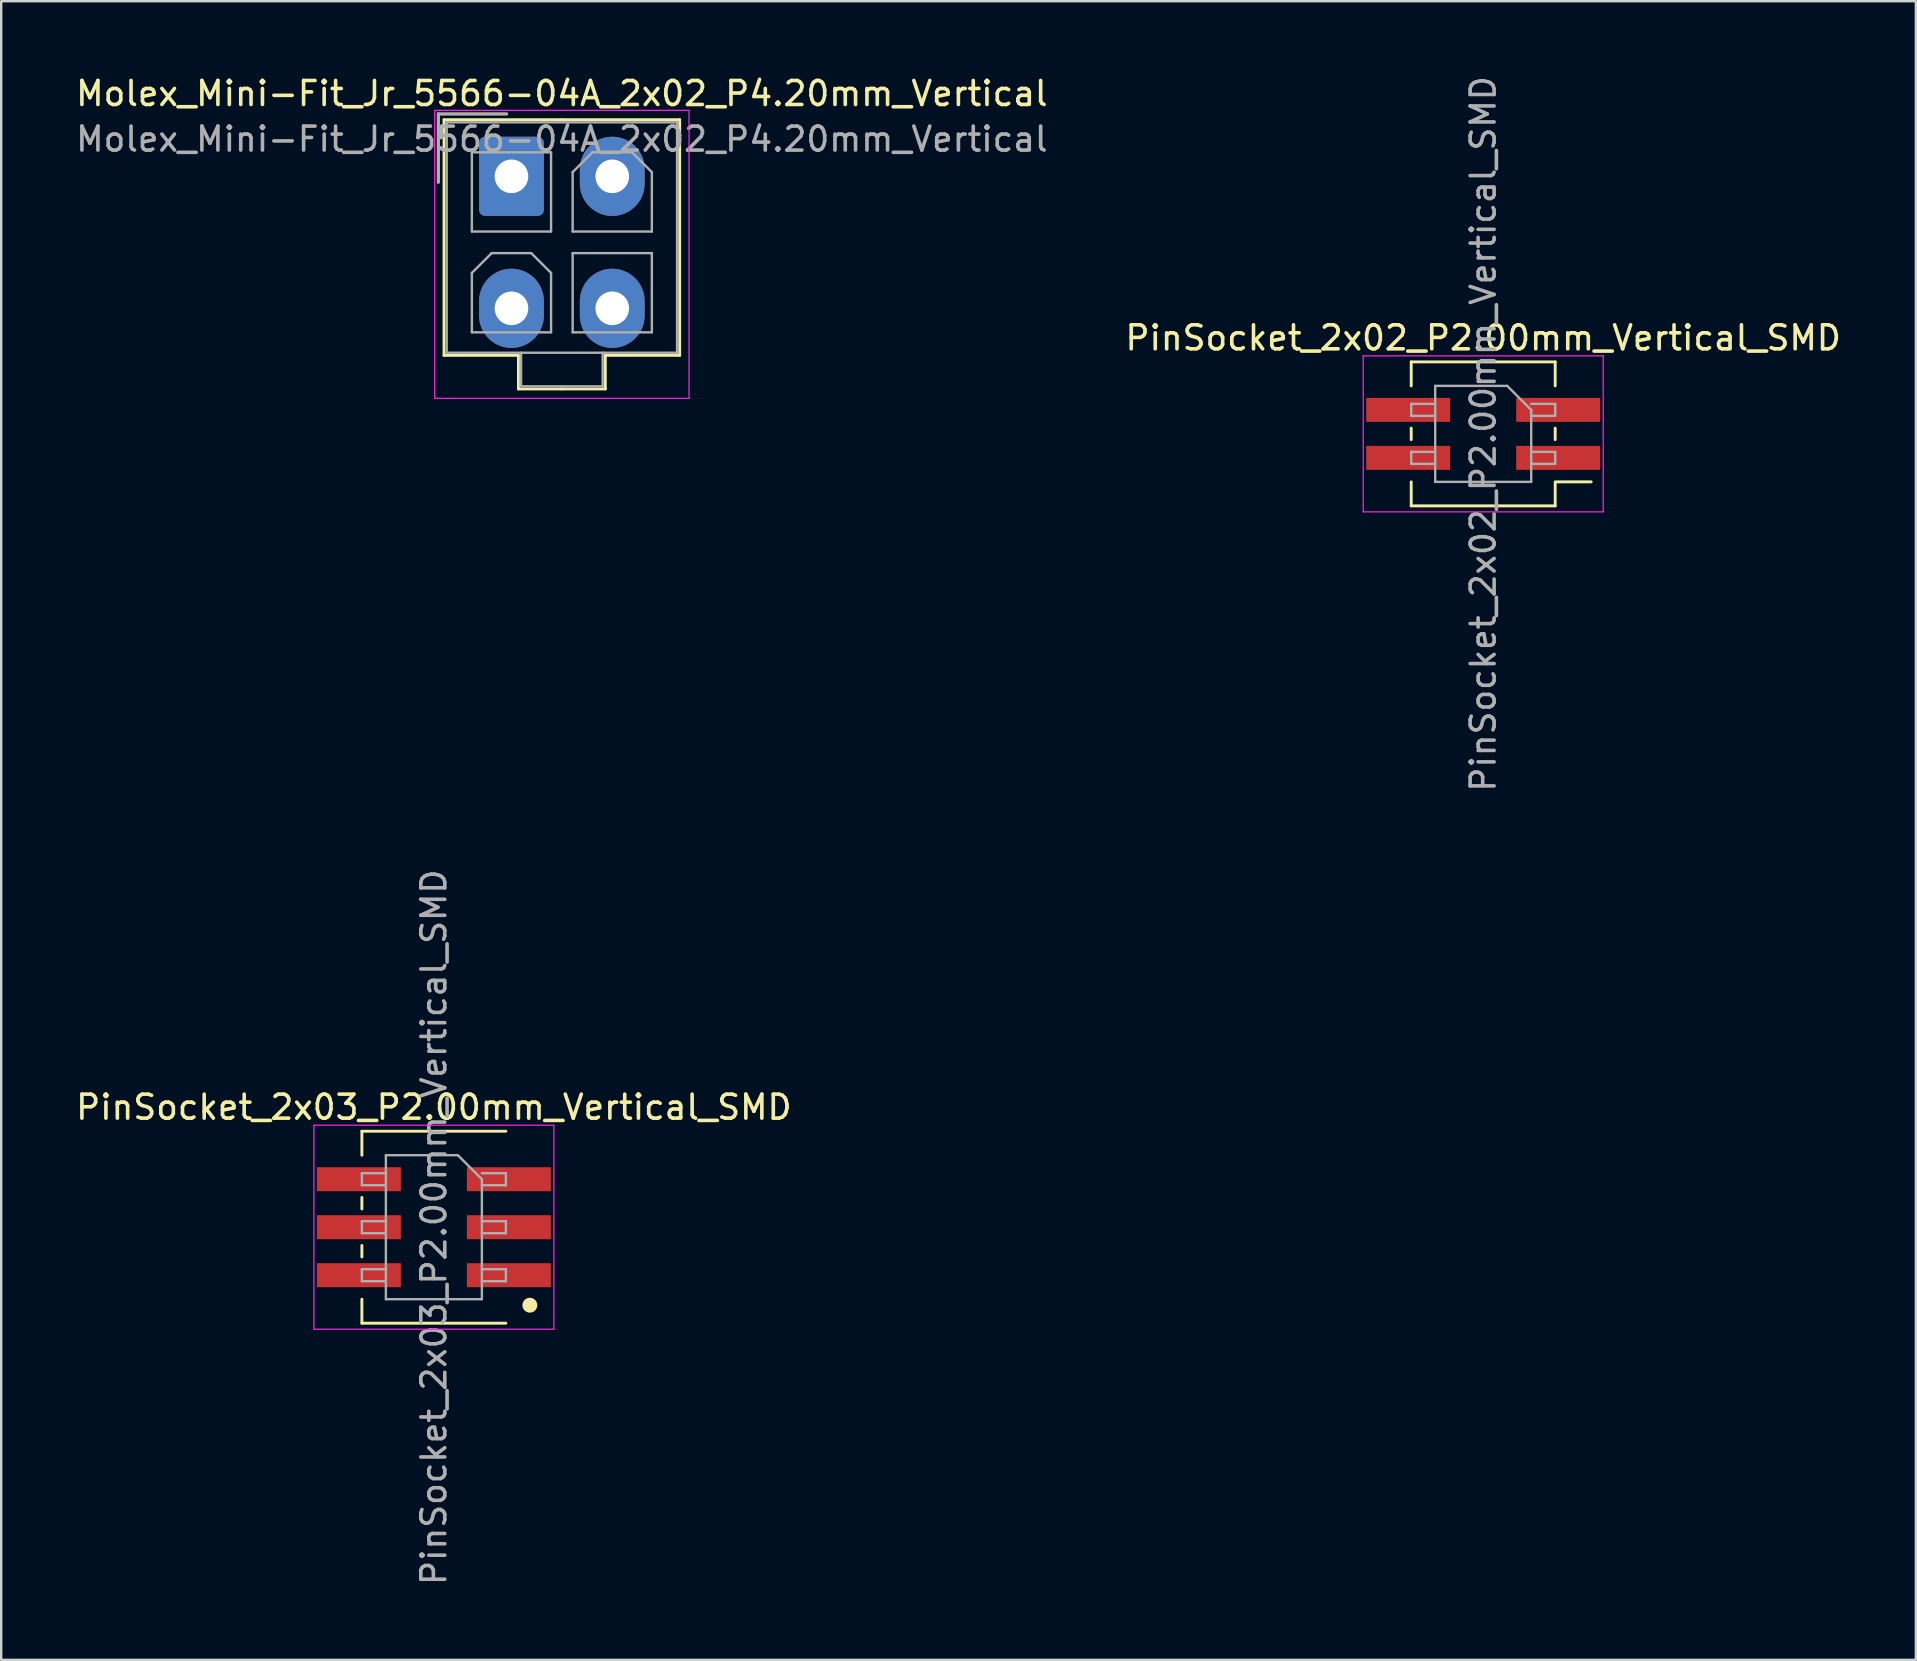
<source format=kicad_pcb>
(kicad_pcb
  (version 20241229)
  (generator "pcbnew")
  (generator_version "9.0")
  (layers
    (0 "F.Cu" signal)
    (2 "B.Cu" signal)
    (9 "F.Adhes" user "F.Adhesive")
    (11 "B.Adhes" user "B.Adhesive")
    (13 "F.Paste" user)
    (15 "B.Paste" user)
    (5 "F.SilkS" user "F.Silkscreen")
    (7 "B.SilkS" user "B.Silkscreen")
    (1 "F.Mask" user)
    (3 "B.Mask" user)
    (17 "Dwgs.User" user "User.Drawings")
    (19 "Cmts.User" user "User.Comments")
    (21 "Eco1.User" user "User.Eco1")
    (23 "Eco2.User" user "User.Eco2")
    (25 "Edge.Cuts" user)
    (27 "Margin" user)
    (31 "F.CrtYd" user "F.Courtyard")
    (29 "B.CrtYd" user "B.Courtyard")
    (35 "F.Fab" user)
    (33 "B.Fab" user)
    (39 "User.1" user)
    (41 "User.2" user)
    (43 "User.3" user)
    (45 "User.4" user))
  (footprint "Molex_Mini-Fit_Jr_5566-04A_2x02_P4.20mm_Vertical"
    (layer "F.Cu")
    (at 18.263 4.298)
    (property "Reference" "Molex_Mini-Fit_Jr_5566-04A_2x02_P4.20mm_Vertical" (at 2.1 -3.45 0) (layer "F.SilkS") (effects (font (size 1 1) (thickness 0.15))))
    (attr through_hole)
    (fp_line (start -3.05 -2.6) (end -3.05 0.25) (stroke (width 0.12) (type solid)) (layer "F.SilkS"))
    (fp_line (start -2.81 -2.36) (end -2.81 7.46) (stroke (width 0.12) (type solid)) (layer "F.SilkS"))
    (fp_line (start -2.81 7.46) (end 0.29 7.46) (stroke (width 0.12) (type solid)) (layer "F.SilkS"))
    (fp_line (start -0.2 -2.6) (end -3.05 -2.6) (stroke (width 0.12) (type solid)) (layer "F.SilkS"))
    (fp_line (start 0.29 7.46) (end 0.29 8.86) (stroke (width 0.12) (type solid)) (layer "F.SilkS"))
    (fp_line (start 0.29 8.86) (end 2.1 8.86) (stroke (width 0.12) (type solid)) (layer "F.SilkS"))
    (fp_line (start 2.1 -2.36) (end -2.81 -2.36) (stroke (width 0.12) (type solid)) (layer "F.SilkS"))
    (fp_line (start 2.1 -2.36) (end 7.01 -2.36) (stroke (width 0.12) (type solid)) (layer "F.SilkS"))
    (fp_line (start 3.91 7.46) (end 3.91 8.86) (stroke (width 0.12) (type solid)) (layer "F.SilkS"))
    (fp_line (start 3.91 8.86) (end 2.1 8.86) (stroke (width 0.12) (type solid)) (layer "F.SilkS"))
    (fp_line (start 7.01 -2.36) (end 7.01 7.46) (stroke (width 0.12) (type solid)) (layer "F.SilkS"))
    (fp_line (start 7.01 7.46) (end 3.91 7.46) (stroke (width 0.12) (type solid)) (layer "F.SilkS"))
    (fp_line (start -3.2 -2.75) (end -3.2 9.25) (stroke (width 0.05) (type solid)) (layer "F.CrtYd"))
    (fp_line (start -3.2 9.25) (end 7.4 9.25) (stroke (width 0.05) (type solid)) (layer "F.CrtYd"))
    (fp_line (start 7.4 -2.75) (end -3.2 -2.75) (stroke (width 0.05) (type solid)) (layer "F.CrtYd"))
    (fp_line (start 7.4 9.25) (end 7.4 -2.75) (stroke (width 0.05) (type solid)) (layer "F.CrtYd"))
    (fp_line (start -3.05 -2.6) (end -3.05 0.25) (stroke (width 0.1) (type solid)) (layer "F.Fab"))
    (fp_line (start -2.7 -2.25) (end -2.7 7.35) (stroke (width 0.1) (type solid)) (layer "F.Fab"))
    (fp_line (start -2.7 7.35) (end 6.9 7.35) (stroke (width 0.1) (type solid)) (layer "F.Fab"))
    (fp_line (start -1.65 -1) (end -1.65 2.3) (stroke (width 0.1) (type solid)) (layer "F.Fab"))
    (fp_line (start -1.65 2.3) (end 1.65 2.3) (stroke (width 0.1) (type solid)) (layer "F.Fab"))
    (fp_line (start -1.65 4.025) (end -0.825 3.2) (stroke (width 0.1) (type solid)) (layer "F.Fab"))
    (fp_line (start -1.65 6.5) (end -1.65 4.025) (stroke (width 0.1) (type solid)) (layer "F.Fab"))
    (fp_line (start -0.825 3.2) (end 0.825 3.2) (stroke (width 0.1) (type solid)) (layer "F.Fab"))
    (fp_line (start -0.2 -2.6) (end -3.05 -2.6) (stroke (width 0.1) (type solid)) (layer "F.Fab"))
    (fp_line (start 0.4 7.35) (end 0.4 8.75) (stroke (width 0.1) (type solid)) (layer "F.Fab"))
    (fp_line (start 0.4 8.75) (end 3.8 8.75) (stroke (width 0.1) (type solid)) (layer "F.Fab"))
    (fp_line (start 0.825 3.2) (end 1.65 4.025) (stroke (width 0.1) (type solid)) (layer "F.Fab"))
    (fp_line (start 1.65 -1) (end -1.65 -1) (stroke (width 0.1) (type solid)) (layer "F.Fab"))
    (fp_line (start 1.65 2.3) (end 1.65 -1) (stroke (width 0.1) (type solid)) (layer "F.Fab"))
    (fp_line (start 1.65 4.025) (end 1.65 6.5) (stroke (width 0.1) (type solid)) (layer "F.Fab"))
    (fp_line (start 1.65 6.5) (end -1.65 6.5) (stroke (width 0.1) (type solid)) (layer "F.Fab"))
    (fp_line (start 2.55 -0.175) (end 3.375 -1) (stroke (width 0.1) (type solid)) (layer "F.Fab"))
    (fp_line (start 2.55 2.3) (end 2.55 -0.175) (stroke (width 0.1) (type solid)) (layer "F.Fab"))
    (fp_line (start 2.55 3.2) (end 2.55 6.5) (stroke (width 0.1) (type solid)) (layer "F.Fab"))
    (fp_line (start 2.55 6.5) (end 5.85 6.5) (stroke (width 0.1) (type solid)) (layer "F.Fab"))
    (fp_line (start 3.375 -1) (end 5.025 -1) (stroke (width 0.1) (type solid)) (layer "F.Fab"))
    (fp_line (start 3.8 8.75) (end 3.8 7.35) (stroke (width 0.1) (type solid)) (layer "F.Fab"))
    (fp_line (start 5.025 -1) (end 5.85 -0.175) (stroke (width 0.1) (type solid)) (layer "F.Fab"))
    (fp_line (start 5.85 -0.175) (end 5.85 2.3) (stroke (width 0.1) (type solid)) (layer "F.Fab"))
    (fp_line (start 5.85 2.3) (end 2.55 2.3) (stroke (width 0.1) (type solid)) (layer "F.Fab"))
    (fp_line (start 5.85 3.2) (end 2.55 3.2) (stroke (width 0.1) (type solid)) (layer "F.Fab"))
    (fp_line (start 5.85 6.5) (end 5.85 3.2) (stroke (width 0.1) (type solid)) (layer "F.Fab"))
    (fp_line (start 6.9 -2.25) (end -2.7 -2.25) (stroke (width 0.1) (type solid)) (layer "F.Fab"))
    (fp_line (start 6.9 7.35) (end 6.9 -2.25) (stroke (width 0.1) (type solid)) (layer "F.Fab"))
    (fp_text user "${REFERENCE}" (at 2.1 -1.55 0) (layer "F.Fab") (effects (font (size 1 1) (thickness 0.15))))
    (pad "1" thru_hole roundrect (at 0 0) (size 2.7 3.3) (drill 1.4) (layers "*.Cu" "*.Mask") (roundrect_rratio 0.093))
    (pad "2" thru_hole oval (at 4.2 0) (size 2.7 3.3) (drill 1.4) (layers "*.Cu" "*.Mask"))
    (pad "3" thru_hole oval (at 0 5.5) (size 2.7 3.3) (drill 1.4) (layers "*.Cu" "*.Mask"))
    (pad "4" thru_hole oval (at 4.2 5.5) (size 2.7 3.3) (drill 1.4) (layers "*.Cu" "*.Mask")))
  (footprint "PinSocket_2x03_P2.00mm_Vertical_SMD"
    (layer "F.Cu")
    (at 15.03 48.089)
    (property "Reference" "PinSocket_2x03_P2.00mm_Vertical_SMD" (at 0 -5 0) (layer "F.SilkS") (effects (font (size 1 1) (thickness 0.15))))
    (attr smd)
    (fp_line (start -3 -4) (end -3 -3) (stroke (width 0.12) (type default)) (layer "F.SilkS"))
    (fp_line (start -3 -1.24) (end -3 -0.76) (stroke (width 0.12) (type solid)) (layer "F.SilkS"))
    (fp_line (start -3 0.76) (end -3 1.24) (stroke (width 0.12) (type solid)) (layer "F.SilkS"))
    (fp_line (start -3 3) (end -3 4) (stroke (width 0.12) (type default)) (layer "F.SilkS"))
    (fp_line (start -3 4) (end 3 4) (stroke (width 0.12) (type default)) (layer "F.SilkS"))
    (fp_line (start 3 -4) (end -3 -4) (stroke (width 0.12) (type default)) (layer "F.SilkS"))
    (fp_circle (center 4 3.25) (end 4.25 3.25) (stroke (width 0.12) (type solid)) (fill yes) (layer "F.SilkS"))
    (fp_line (start -5 -4.25) (end 5 -4.25) (stroke (width 0.05) (type solid)) (layer "F.CrtYd"))
    (fp_line (start -5 4.25) (end -5 -4.25) (stroke (width 0.05) (type solid)) (layer "F.CrtYd"))
    (fp_line (start 5 -4.25) (end 5 4.25) (stroke (width 0.05) (type solid)) (layer "F.CrtYd"))
    (fp_line (start 5 4.25) (end -5 4.25) (stroke (width 0.05) (type solid)) (layer "F.CrtYd"))
    (fp_line (start -3 -2.25) (end -2 -2.25) (stroke (width 0.1) (type solid)) (layer "F.Fab"))
    (fp_line (start -3 -1.75) (end -3 -2.25) (stroke (width 0.1) (type solid)) (layer "F.Fab"))
    (fp_line (start -3 -0.25) (end -2 -0.25) (stroke (width 0.1) (type solid)) (layer "F.Fab"))
    (fp_line (start -3 0.25) (end -3 -0.25) (stroke (width 0.1) (type solid)) (layer "F.Fab"))
    (fp_line (start -3 1.75) (end -2 1.75) (stroke (width 0.1) (type solid)) (layer "F.Fab"))
    (fp_line (start -3 2.25) (end -3 1.75) (stroke (width 0.1) (type solid)) (layer "F.Fab"))
    (fp_line (start -2 -3) (end 1 -3) (stroke (width 0.1) (type solid)) (layer "F.Fab"))
    (fp_line (start -2 -1.75) (end -3 -1.75) (stroke (width 0.1) (type solid)) (layer "F.Fab"))
    (fp_line (start -2 0.25) (end -3 0.25) (stroke (width 0.1) (type solid)) (layer "F.Fab"))
    (fp_line (start -2 2.25) (end -3 2.25) (stroke (width 0.1) (type solid)) (layer "F.Fab"))
    (fp_line (start -2 3) (end -2 -3) (stroke (width 0.1) (type solid)) (layer "F.Fab"))
    (fp_line (start 1 -3) (end 2 -2) (stroke (width 0.1) (type solid)) (layer "F.Fab"))
    (fp_line (start 2 -2.25) (end 3 -2.25) (stroke (width 0.1) (type solid)) (layer "F.Fab"))
    (fp_line (start 2 -2) (end 2 3) (stroke (width 0.1) (type solid)) (layer "F.Fab"))
    (fp_line (start 2 -0.25) (end 3 -0.25) (stroke (width 0.1) (type solid)) (layer "F.Fab"))
    (fp_line (start 2 1.75) (end 3 1.75) (stroke (width 0.1) (type solid)) (layer "F.Fab"))
    (fp_line (start 2 3) (end -2 3) (stroke (width 0.1) (type solid)) (layer "F.Fab"))
    (fp_line (start 3 -2.25) (end 3 -1.75) (stroke (width 0.1) (type solid)) (layer "F.Fab"))
    (fp_line (start 3 -1.75) (end 2 -1.75) (stroke (width 0.1) (type solid)) (layer "F.Fab"))
    (fp_line (start 3 -0.25) (end 3 0.25) (stroke (width 0.1) (type solid)) (layer "F.Fab"))
    (fp_line (start 3 0.25) (end 2 0.25) (stroke (width 0.1) (type solid)) (layer "F.Fab"))
    (fp_line (start 3 1.75) (end 3 2.25) (stroke (width 0.1) (type solid)) (layer "F.Fab"))
    (fp_line (start 3 2.25) (end 2 2.25) (stroke (width 0.1) (type solid)) (layer "F.Fab"))
    (fp_text user "${REFERENCE}" (at 0 0 90) (layer "F.Fab") (effects (font (size 1 1) (thickness 0.15))))
    (pad "1" smd rect (at 3.125 2 180) (size 3.5 1) (layers "F.Cu" "F.Mask" "F.Paste"))
    (pad "2" smd rect (at -3.125 2 180) (size 3.5 1) (layers "F.Cu" "F.Mask" "F.Paste"))
    (pad "3" smd rect (at 3.125 0 180) (size 3.5 1) (layers "F.Cu" "F.Mask" "F.Paste"))
    (pad "4" smd rect (at -3.125 0 180) (size 3.5 1) (layers "F.Cu" "F.Mask" "F.Paste"))
    (pad "5" smd rect (at 3.125 -2 180) (size 3.5 1) (layers "F.Cu" "F.Mask" "F.Paste"))
    (pad "6" smd rect (at -3.125 -2 180) (size 3.5 1) (layers "F.Cu" "F.Mask" "F.Paste")))
  (footprint "PinSocket_2x02_P2.00mm_Vertical_SMD"
    (layer "F.Cu")
    (at 58.756 15.03)
    (property "Reference" "PinSocket_2x02_P2.00mm_Vertical_SMD" (at 0 -4 0) (layer "F.SilkS") (effects (font (size 1 1) (thickness 0.15))))
    (attr smd)
    (fp_line (start -3 -3) (end -3 -2) (stroke (width 0.12) (type default)) (layer "F.SilkS"))
    (fp_line (start -3 -0.24) (end -3 0.24) (stroke (width 0.12) (type solid)) (layer "F.SilkS"))
    (fp_line (start -3 2) (end -3 3) (stroke (width 0.12) (type default)) (layer "F.SilkS"))
    (fp_line (start -3 3) (end 3 3) (stroke (width 0.12) (type default)) (layer "F.SilkS"))
    (fp_line (start 3 -3) (end -3 -3) (stroke (width 0.12) (type default)) (layer "F.SilkS"))
    (fp_line (start 3 -2) (end 3 -3) (stroke (width 0.12) (type default)) (layer "F.SilkS"))
    (fp_line (start 3 -0.24) (end 3 0.24) (stroke (width 0.12) (type solid)) (layer "F.SilkS"))
    (fp_line (start 3 3) (end 3 2) (stroke (width 0.12) (type default)) (layer "F.SilkS"))
    (fp_line (start 3.06 2) (end 4.5 2) (stroke (width 0.12) (type solid)) (layer "F.SilkS"))
    (fp_line (start -5 -3.25) (end 5 -3.25) (stroke (width 0.05) (type solid)) (layer "F.CrtYd"))
    (fp_line (start -5 3.25) (end -5 -3.25) (stroke (width 0.05) (type solid)) (layer "F.CrtYd"))
    (fp_line (start 5 -3.25) (end 5 3.25) (stroke (width 0.05) (type solid)) (layer "F.CrtYd"))
    (fp_line (start 5 3.25) (end -5 3.25) (stroke (width 0.05) (type solid)) (layer "F.CrtYd"))
    (fp_line (start -3 -1.25) (end -2 -1.25) (stroke (width 0.1) (type solid)) (layer "F.Fab"))
    (fp_line (start -3 -0.75) (end -3 -1.25) (stroke (width 0.1) (type solid)) (layer "F.Fab"))
    (fp_line (start -3 0.75) (end -2 0.75) (stroke (width 0.1) (type solid)) (layer "F.Fab"))
    (fp_line (start -3 1.25) (end -3 0.75) (stroke (width 0.1) (type solid)) (layer "F.Fab"))
    (fp_line (start -2 -2) (end 1 -2) (stroke (width 0.1) (type solid)) (layer "F.Fab"))
    (fp_line (start -2 -0.75) (end -3 -0.75) (stroke (width 0.1) (type solid)) (layer "F.Fab"))
    (fp_line (start -2 1.25) (end -3 1.25) (stroke (width 0.1) (type solid)) (layer "F.Fab"))
    (fp_line (start -2 2) (end -2 -2) (stroke (width 0.1) (type solid)) (layer "F.Fab"))
    (fp_line (start 1 -2) (end 2 -1) (stroke (width 0.1) (type solid)) (layer "F.Fab"))
    (fp_line (start 2 -1.25) (end 3 -1.25) (stroke (width 0.1) (type solid)) (layer "F.Fab"))
    (fp_line (start 2 -1) (end 2 2) (stroke (width 0.1) (type solid)) (layer "F.Fab"))
    (fp_line (start 2 0.75) (end 3 0.75) (stroke (width 0.1) (type solid)) (layer "F.Fab"))
    (fp_line (start 2 2) (end -2 2) (stroke (width 0.1) (type solid)) (layer "F.Fab"))
    (fp_line (start 3 -1.25) (end 3 -0.75) (stroke (width 0.1) (type solid)) (layer "F.Fab"))
    (fp_line (start 3 -0.75) (end 2 -0.75) (stroke (width 0.1) (type solid)) (layer "F.Fab"))
    (fp_line (start 3 0.75) (end 3 1.25) (stroke (width 0.1) (type solid)) (layer "F.Fab"))
    (fp_line (start 3 1.25) (end 2 1.25) (stroke (width 0.1) (type solid)) (layer "F.Fab"))
    (fp_text user "${REFERENCE}" (at 0 0 90) (layer "F.Fab") (effects (font (size 1 1) (thickness 0.15))))
    (pad "1" smd rect (at 3.125 1 180) (size 3.5 1) (layers "F.Cu" "F.Mask" "F.Paste"))
    (pad "2" smd rect (at -3.125 1 180) (size 3.5 1) (layers "F.Cu" "F.Mask" "F.Paste"))
    (pad "3" smd rect (at 3.125 -1 180) (size 3.5 1) (layers "F.Cu" "F.Mask" "F.Paste"))
    (pad "4" smd rect (at -3.125 -1 180) (size 3.5 1) (layers "F.Cu" "F.Mask" "F.Paste")))
  (gr_rect
    (start -3 -3)
    (end 76.786 66.119)
    (stroke (width 0.1) (type default))
    (fill no)
    (layer "Edge.Cuts")))
</source>
